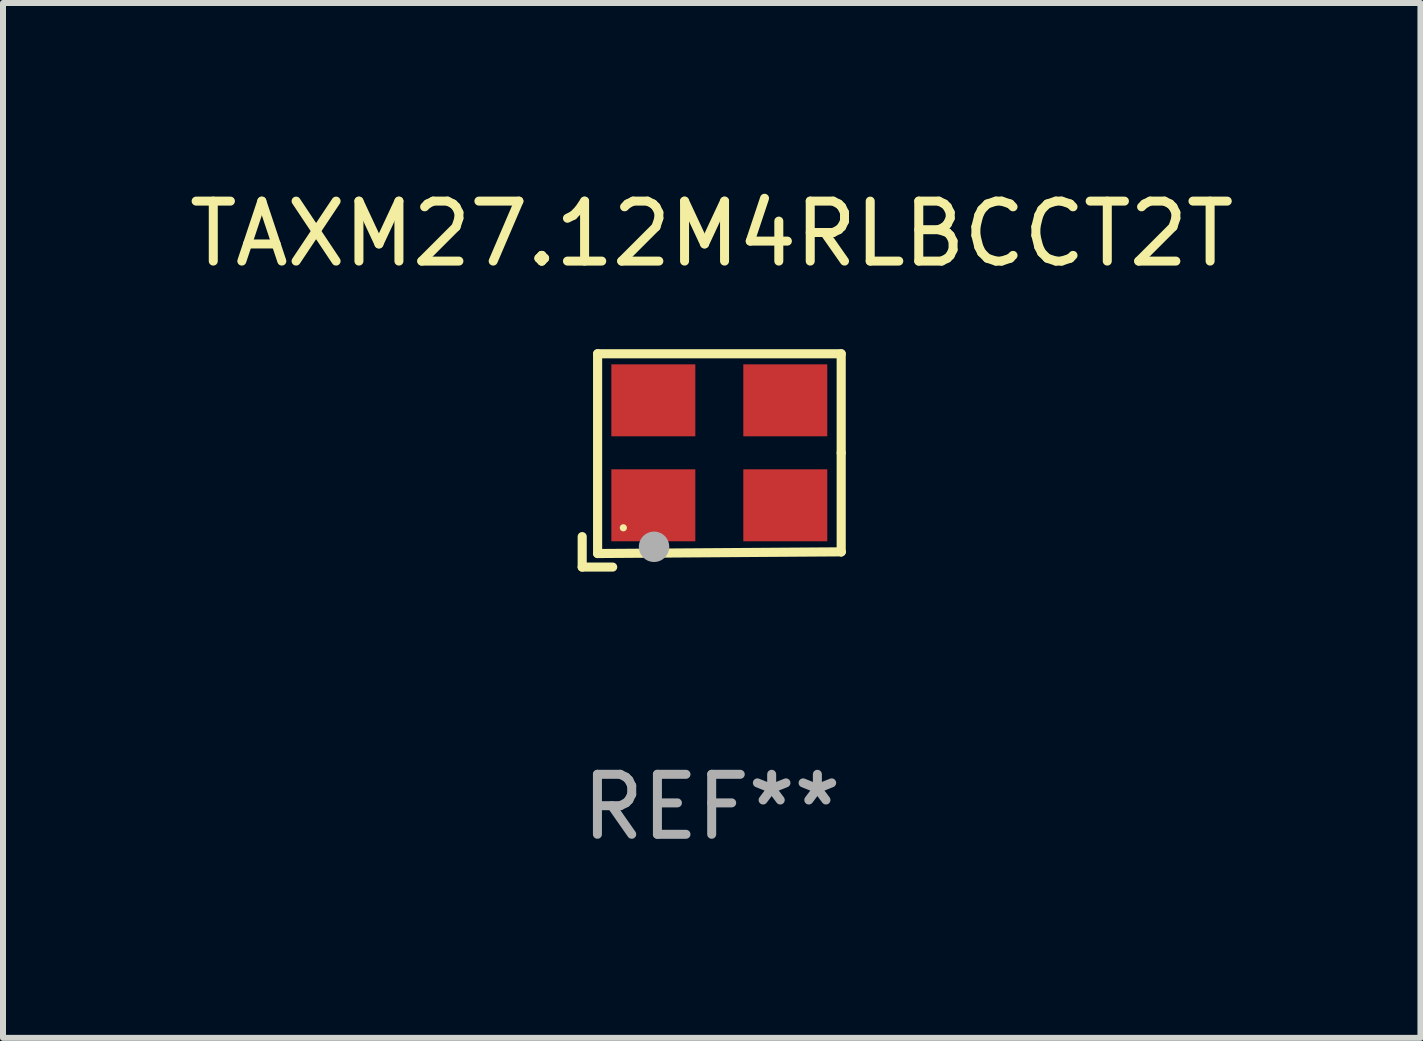
<source format=kicad_pcb>
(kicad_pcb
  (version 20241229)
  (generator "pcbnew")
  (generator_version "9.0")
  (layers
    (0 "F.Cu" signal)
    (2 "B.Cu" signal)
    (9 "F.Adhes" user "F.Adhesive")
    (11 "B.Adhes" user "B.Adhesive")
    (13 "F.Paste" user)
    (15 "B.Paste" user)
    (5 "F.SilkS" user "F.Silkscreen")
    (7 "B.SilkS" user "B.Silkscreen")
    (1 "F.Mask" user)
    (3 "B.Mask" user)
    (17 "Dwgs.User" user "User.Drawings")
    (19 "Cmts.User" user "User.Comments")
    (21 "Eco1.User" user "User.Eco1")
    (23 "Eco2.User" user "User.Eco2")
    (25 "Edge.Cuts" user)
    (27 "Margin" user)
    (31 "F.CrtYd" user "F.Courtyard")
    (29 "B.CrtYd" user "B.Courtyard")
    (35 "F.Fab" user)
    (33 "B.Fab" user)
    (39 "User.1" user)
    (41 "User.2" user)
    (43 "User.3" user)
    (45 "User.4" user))
  (footprint "TAXM27.12M4RLBCCT2T"
    (layer "F.Cu")
    (at 8.815 4.626)
    (property "Reference" "TAXM27.12M4RLBCCT2T" (at 0 -3.778 0) (layer "F.SilkS") (effects (font (size 1 1) (thickness 0.15))))
    (attr through_hole)
    (fp_line (start -2.159 1.27) (end -2.159 1.778) (stroke (width 0.152) (type solid)) (layer "F.SilkS"))
    (fp_line (start -2.159 1.778) (end -1.651 1.778) (stroke (width 0.152) (type solid)) (layer "F.SilkS"))
    (fp_line (start -1.902 -1.778) (end 2.159 -1.778) (stroke (width 0.152) (type solid)) (layer "F.SilkS"))
    (fp_line (start -1.902 1.552) (end -1.902 -1.778) (stroke (width 0.152) (type solid)) (layer "F.SilkS"))
    (fp_line (start 2.159 -1.778) (end 2.159 -0.127) (stroke (width 0.152) (type solid)) (layer "F.SilkS"))
    (fp_line (start 2.159 -0.127) (end 2.159 1.524) (stroke (width 0.152) (type solid)) (layer "F.SilkS"))
    (fp_line (start 2.159 1.524) (end -1.902 1.552) (stroke (width 0.152) (type solid)) (layer "F.SilkS"))
    (fp_line (start 2.159 1.524) (end 2.159 1.524) (stroke (width 0.152) (type solid)) (layer "F.SilkS"))
    (fp_circle (center -1.473 1.123) (end -1.443 1.123) (stroke (width 0.06) (type solid)) (fill no) (layer "F.SilkS"))
    (fp_circle (center -0.961 1.44) (end -0.834 1.44) (stroke (width 0.254) (type solid)) (fill no) (layer "F.Fab"))
    (fp_text user "REF**" (at 0 5.778 0) (layer "F.Fab") (effects (font (size 1 1) (thickness 0.15))))
    (pad "1" smd rect (at -0.973 0.748) (size 1.4 1.2) (layers "F.Cu" "F.Mask" "F.Paste"))
    (pad "2" smd rect (at 1.227 0.748) (size 1.4 1.2) (layers "F.Cu" "F.Mask" "F.Paste"))
    (pad "3" smd rect (at 1.227 -1.002) (size 1.4 1.2) (layers "F.Cu" "F.Mask" "F.Paste"))
    (pad "4" smd rect (at -0.973 -1.002) (size 1.4 1.2) (layers "F.Cu" "F.Mask" "F.Paste")))
  (gr_rect
    (start -3 -3)
    (end 20.631 14.253)
    (stroke (width 0.1) (type default))
    (fill no)
    (layer "Edge.Cuts")))
</source>
